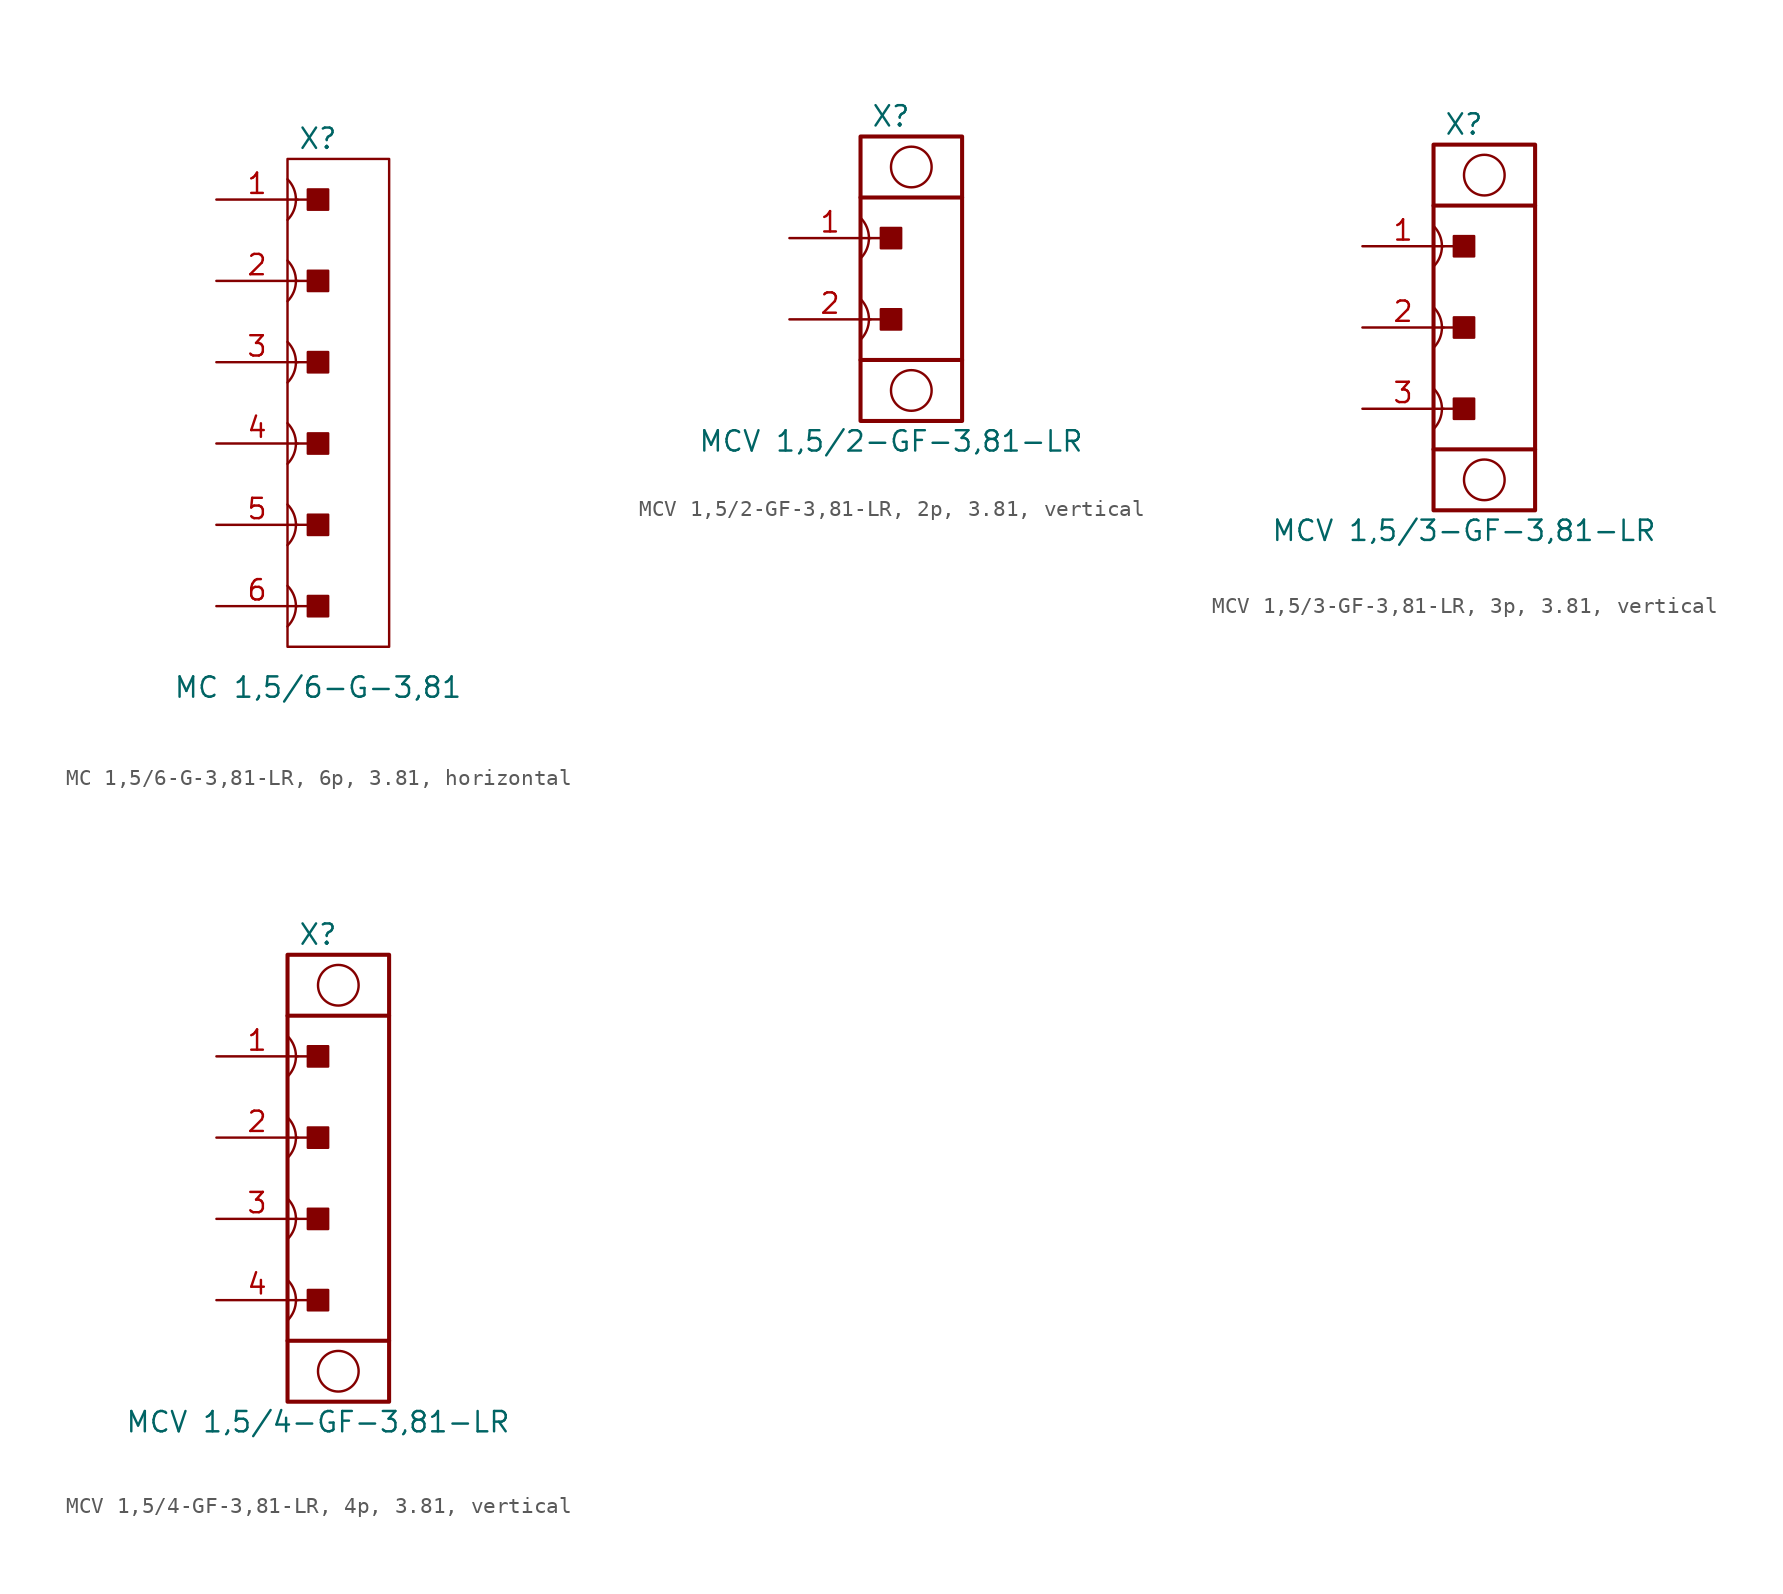
<source format=kicad_sym>
(kicad_symbol_lib
  (version 20241209)
  (generator "kicad_symbol_editor")
  (generator_version "9.0")
  (symbol "MC 1,5/6-G-3,81-LR, 6p, 3.81, horizontal"
    (pin_names
      (offset 1.016)
      (hide yes))
    (property "Reference" "X"
      (at -1.27 16.51 0)
      (effects (font (size 1.27 1.27))))
    (property "Value" "MC 1,5/6-G-3,81"
      (at -1.27 -17.78 0)
      (effects (font (size 1.27 1.27))))
    (property "Label" ""
      (at 0 0 0)
      (effects (font (size 1.27 1.27) (thickness 0.254) (bold yes))))
    (symbol "MC 1,5/6-G-3,81-LR, 6p, 3.81, horizontal_1_0"
      (polyline (pts (xy -2.54 12.7) (xy -1.27 12.7)) (stroke (width 0.152) (type default)) (fill (type none)))
      (polyline (pts (xy -2.54 7.62) (xy -1.27 7.62)) (stroke (width 0.152) (type default)) (fill (type none)))
      (polyline (pts (xy -2.54 2.54) (xy -1.27 2.54)) (stroke (width 0.152) (type default)) (fill (type none)))
      (polyline (pts (xy -2.54 -2.54) (xy -1.27 -2.54)) (stroke (width 0.152) (type default)) (fill (type none)))
      (polyline (pts (xy -2.54 -7.62) (xy -1.27 -7.62)) (stroke (width 0.152) (type default)) (fill (type none)))
      (polyline (pts (xy -2.54 -12.7) (xy -1.27 -12.7)) (stroke (width 0.152) (type default)) (fill (type none))))
    (symbol "MC 1,5/6-G-3,81-LR, 6p, 3.81, horizontal_1_1"
      (arc (start -3.175 13.97) (mid -2.6488 12.7) (end -3.1749 11.4299) (stroke (width 0.1524) (type default)) (fill (type none)))
      (arc (start -3.175 8.89) (mid -2.6488 7.62) (end -3.1749 6.3499) (stroke (width 0.1524) (type default)) (fill (type none)))
      (arc (start -3.175 3.81) (mid -2.6488 2.54) (end -3.1749 1.2699) (stroke (width 0.1524) (type default)) (fill (type none)))
      (arc (start -3.175 -1.27) (mid -2.6488 -2.54) (end -3.1749 -3.8101) (stroke (width 0.1524) (type default)) (fill (type none)))
      (arc (start -3.175 -6.35) (mid -2.6488 -7.62) (end -3.1749 -8.8901) (stroke (width 0.1524) (type default)) (fill (type none)))
      (arc (start -3.175 -11.43) (mid -2.6488 -12.7) (end -3.1749 -13.9701) (stroke (width 0.1524) (type default)) (fill (type none)))
      (rectangle (start -3.175 15.24) (end 3.175 -15.24) (stroke (width 0.152) (type default)) (fill (type none)))
      (rectangle (start -1.905 12.065) (end -0.635 13.335) (stroke (width 0.152) (type default)) (fill (type outline)))
      (rectangle (start -1.905 6.985) (end -0.635 8.255) (stroke (width 0.152) (type default)) (fill (type outline)))
      (rectangle (start -1.905 1.905) (end -0.635 3.175) (stroke (width 0.152) (type default)) (fill (type outline)))
      (rectangle (start -1.905 -3.175) (end -0.635 -1.905) (stroke (width 0.152) (type default)) (fill (type outline)))
      (rectangle (start -1.905 -8.255) (end -0.635 -6.985) (stroke (width 0.152) (type default)) (fill (type outline)))
      (rectangle (start -1.905 -13.335) (end -0.635 -12.065) (stroke (width 0.152) (type default)) (fill (type outline)))
      (pin passive line (at -7.62 12.7 0) (length 5.08) (name "1" (effects (font (size 1.27 1.27)))) (number "1" (effects (font (size 1.27 1.27)))))
      (pin passive line (at -7.62 7.62 0) (length 5.08) (name "2" (effects (font (size 1.27 1.27)))) (number "2" (effects (font (size 1.27 1.27)))))
      (pin passive line (at -7.62 2.54 0) (length 5.08) (name "3" (effects (font (size 1.27 1.27)))) (number "3" (effects (font (size 1.27 1.27)))))
      (pin passive line (at -7.62 -2.54 0) (length 5.08) (name "4" (effects (font (size 1.27 1.27)))) (number "4" (effects (font (size 1.27 1.27)))))
      (pin passive line (at -7.62 -7.62 0) (length 5.08) (name "5" (effects (font (size 1.27 1.27)))) (number "5" (effects (font (size 1.27 1.27)))))
      (pin passive line (at -7.62 -12.7 0) (length 5.08) (name "6" (effects (font (size 1.27 1.27)))) (number "6" (effects (font (size 1.27 1.27)))))))
  (symbol "MCV 1,5/2-GF-3,81-LR, 2p, 3.81, vertical"
    (pin_names
      (offset 1.016)
      (hide yes))
    (property "Reference" "X"
      (at -1.27 10.16 0)
      (effects (font (size 1.27 1.27))))
    (property "Value" "MCV 1,5/2-GF-3,81-LR"
      (at -1.27 -10.16 0)
      (effects (font (size 1.27 1.27))))
    (property "Label" ""
      (at 0 0 0)
      (effects (font (size 1.27 1.27) (thickness 0.254) (bold yes))))
    (symbol "MCV 1,5/2-GF-3,81-LR, 2p, 3.81, vertical_1_0"
      (polyline (pts (xy -2.54 2.54) (xy -1.27 2.54)) (stroke (width 0.152) (type default)) (fill (type none)))
      (polyline (pts (xy -2.54 -2.54) (xy -1.27 -2.54)) (stroke (width 0.152) (type default)) (fill (type none))))
    (symbol "MCV 1,5/2-GF-3,81-LR, 2p, 3.81, vertical_1_1"
      (arc (start -3.175 3.81) (mid -2.6488 2.54) (end -3.1749 1.2699) (stroke (width 0.1524) (type default)) (fill (type none)))
      (arc (start -3.175 -1.27) (mid -2.6488 -2.54) (end -3.1749 -3.8101) (stroke (width 0.1524) (type default)) (fill (type none)))
      (rectangle (start -3.175 5.08) (end 3.175 -5.08) (stroke (width 0.254) (type default)) (fill (type none)))
      (polyline (pts (xy -3.175 5.08) (xy -3.175 8.89) (xy 3.175 8.89) (xy 3.175 5.08)) (stroke (width 0.254) (type default)) (fill (type none)))
      (polyline (pts (xy -3.175 -5.08) (xy -3.175 -8.89) (xy 3.175 -8.89) (xy 3.175 -5.08)) (stroke (width 0.254) (type default)) (fill (type none)))
      (rectangle (start -1.905 1.905) (end -0.635 3.175) (stroke (width 0.152) (type default)) (fill (type outline)))
      (rectangle (start -1.905 -1.905) (end -0.635 -3.175) (stroke (width 0.152) (type default)) (fill (type outline)))
      (circle (center 0 6.985) (radius 1.27) (stroke (width 0.152) (type default)) (fill (type none)))
      (circle (center 0 -6.985) (radius 1.27) (stroke (width 0.152) (type default)) (fill (type none)))
      (pin passive line (at -7.62 2.54 0) (length 5.08) (name "1" (effects (font (size 1.27 1.27)))) (number "1" (effects (font (size 1.27 1.27)))))
      (pin passive line (at -7.62 -2.54 0) (length 5.08) (name "2" (effects (font (size 1.27 1.27)))) (number "2" (effects (font (size 1.27 1.27)))))))
  (symbol "MCV 1,5/3-GF-3,81-LR, 3p, 3.81, vertical"
    (pin_names
      (offset 1.016)
      (hide yes))
    (property "Reference" "X"
      (at -1.27 12.7 0)
      (effects (font (size 1.27 1.27))))
    (property "Value" "MCV 1,5/3-GF-3,81-LR"
      (at -1.27 -12.7 0)
      (effects (font (size 1.27 1.27))))
    (property "Label" ""
      (at 0 0 0)
      (effects (font (size 1.27 1.27) (thickness 0.254) (bold yes))))
    (symbol "MCV 1,5/3-GF-3,81-LR, 3p, 3.81, vertical_1_0"
      (polyline (pts (xy -2.54 5.08) (xy -1.27 5.08)) (stroke (width 0.152) (type default)) (fill (type none)))
      (polyline (pts (xy -2.54 0) (xy -1.27 0)) (stroke (width 0.152) (type default)) (fill (type none)))
      (polyline (pts (xy -2.54 -5.08) (xy -1.27 -5.08)) (stroke (width 0.152) (type default)) (fill (type none))))
    (symbol "MCV 1,5/3-GF-3,81-LR, 3p, 3.81, vertical_1_1"
      (arc (start -3.175 6.35) (mid -2.6488 5.08) (end -3.1749 3.8099) (stroke (width 0.1524) (type default)) (fill (type none)))
      (arc (start -3.175 1.27) (mid -2.6488 0) (end -3.1749 -1.2701) (stroke (width 0.1524) (type default)) (fill (type none)))
      (arc (start -3.175 -3.81) (mid -2.6488 -5.08) (end -3.1749 -6.3501) (stroke (width 0.1524) (type default)) (fill (type none)))
      (rectangle (start -3.175 7.62) (end 3.175 -7.62) (stroke (width 0.254) (type default)) (fill (type none)))
      (polyline (pts (xy -3.175 7.62) (xy -3.175 11.43) (xy 3.175 11.43) (xy 3.175 7.62)) (stroke (width 0.254) (type default)) (fill (type none)))
      (polyline (pts (xy -3.175 -7.62) (xy -3.175 -11.43) (xy 3.175 -11.43) (xy 3.175 -7.62)) (stroke (width 0.254) (type default)) (fill (type none)))
      (rectangle (start -1.905 4.445) (end -0.635 5.715) (stroke (width 0.152) (type default)) (fill (type outline)))
      (rectangle (start -1.905 -0.635) (end -0.635 0.635) (stroke (width 0.152) (type default)) (fill (type outline)))
      (rectangle (start -1.905 -5.715) (end -0.635 -4.445) (stroke (width 0.152) (type default)) (fill (type outline)))
      (circle (center 0 9.525) (radius 1.27) (stroke (width 0.152) (type default)) (fill (type none)))
      (circle (center 0 -9.525) (radius 1.27) (stroke (width 0.152) (type default)) (fill (type none)))
      (pin passive line (at -7.62 5.08 0) (length 5.08) (name "1" (effects (font (size 1.27 1.27)))) (number "1" (effects (font (size 1.27 1.27)))))
      (pin passive line (at -7.62 0 0) (length 5.08) (name "2" (effects (font (size 1.27 1.27)))) (number "2" (effects (font (size 1.27 1.27)))))
      (pin passive line (at -7.62 -5.08 0) (length 5.08) (name "3" (effects (font (size 1.27 1.27)))) (number "3" (effects (font (size 1.27 1.27)))))))
  (symbol "MCV 1,5/4-GF-3,81-LR, 4p, 3.81, vertical"
    (pin_names
      (offset 1.016)
      (hide yes))
    (property "Reference" "X"
      (at -1.27 15.24 0)
      (effects (font (size 1.27 1.27))))
    (property "Value" "MCV 1,5/4-GF-3,81-LR"
      (at -1.27 -15.24 0)
      (effects (font (size 1.27 1.27))))
    (property "Label" ""
      (at 0 0 0)
      (effects (font (size 1.27 1.27) (thickness 0.254) (bold yes))))
    (symbol "MCV 1,5/4-GF-3,81-LR, 4p, 3.81, vertical_1_0"
      (polyline (pts (xy -2.54 7.62) (xy -1.27 7.62)) (stroke (width 0.152) (type default)) (fill (type none)))
      (polyline (pts (xy -2.54 2.54) (xy -1.27 2.54)) (stroke (width 0.152) (type default)) (fill (type none)))
      (polyline (pts (xy -2.54 -2.54) (xy -1.27 -2.54)) (stroke (width 0.152) (type default)) (fill (type none)))
      (polyline (pts (xy -2.54 -7.62) (xy -1.27 -7.62)) (stroke (width 0.152) (type default)) (fill (type none))))
    (symbol "MCV 1,5/4-GF-3,81-LR, 4p, 3.81, vertical_1_1"
      (arc (start -3.175 8.89) (mid -2.6488 7.62) (end -3.1749 6.3499) (stroke (width 0.1524) (type default)) (fill (type none)))
      (arc (start -3.175 3.81) (mid -2.6488 2.54) (end -3.1749 1.2699) (stroke (width 0.1524) (type default)) (fill (type none)))
      (arc (start -3.175 -1.27) (mid -2.6488 -2.54) (end -3.1749 -3.8101) (stroke (width 0.1524) (type default)) (fill (type none)))
      (arc (start -3.175 -6.35) (mid -2.6488 -7.62) (end -3.1749 -8.8901) (stroke (width 0.1524) (type default)) (fill (type none)))
      (rectangle (start -3.175 10.16) (end 3.175 -10.16) (stroke (width 0.254) (type default)) (fill (type none)))
      (polyline (pts (xy -3.175 10.16) (xy -3.175 13.97) (xy 3.175 13.97) (xy 3.175 10.16)) (stroke (width 0.254) (type default)) (fill (type none)))
      (polyline (pts (xy -3.175 -10.16) (xy -3.175 -13.97) (xy 3.175 -13.97) (xy 3.175 -10.16)) (stroke (width 0.254) (type default)) (fill (type none)))
      (rectangle (start -1.905 6.985) (end -0.635 8.255) (stroke (width 0.152) (type default)) (fill (type outline)))
      (rectangle (start -1.905 1.905) (end -0.635 3.175) (stroke (width 0.152) (type default)) (fill (type outline)))
      (rectangle (start -1.905 -3.175) (end -0.635 -1.905) (stroke (width 0.152) (type default)) (fill (type outline)))
      (rectangle (start -1.905 -8.255) (end -0.635 -6.985) (stroke (width 0.152) (type default)) (fill (type outline)))
      (circle (center 0 12.065) (radius 1.27) (stroke (width 0.152) (type default)) (fill (type none)))
      (circle (center 0 -12.065) (radius 1.27) (stroke (width 0.152) (type default)) (fill (type none)))
      (pin passive line (at -7.62 7.62 0) (length 5.08) (name "1" (effects (font (size 1.27 1.27)))) (number "1" (effects (font (size 1.27 1.27)))))
      (pin passive line (at -7.62 2.54 0) (length 5.08) (name "2" (effects (font (size 1.27 1.27)))) (number "2" (effects (font (size 1.27 1.27)))))
      (pin passive line (at -7.62 -2.54 0) (length 5.08) (name "3" (effects (font (size 1.27 1.27)))) (number "3" (effects (font (size 1.27 1.27)))))
      (pin passive line (at -7.62 -7.62 0) (length 5.08) (name "4" (effects (font (size 1.27 1.27)))) (number "4" (effects (font (size 1.27 1.27))))))))
</source>
